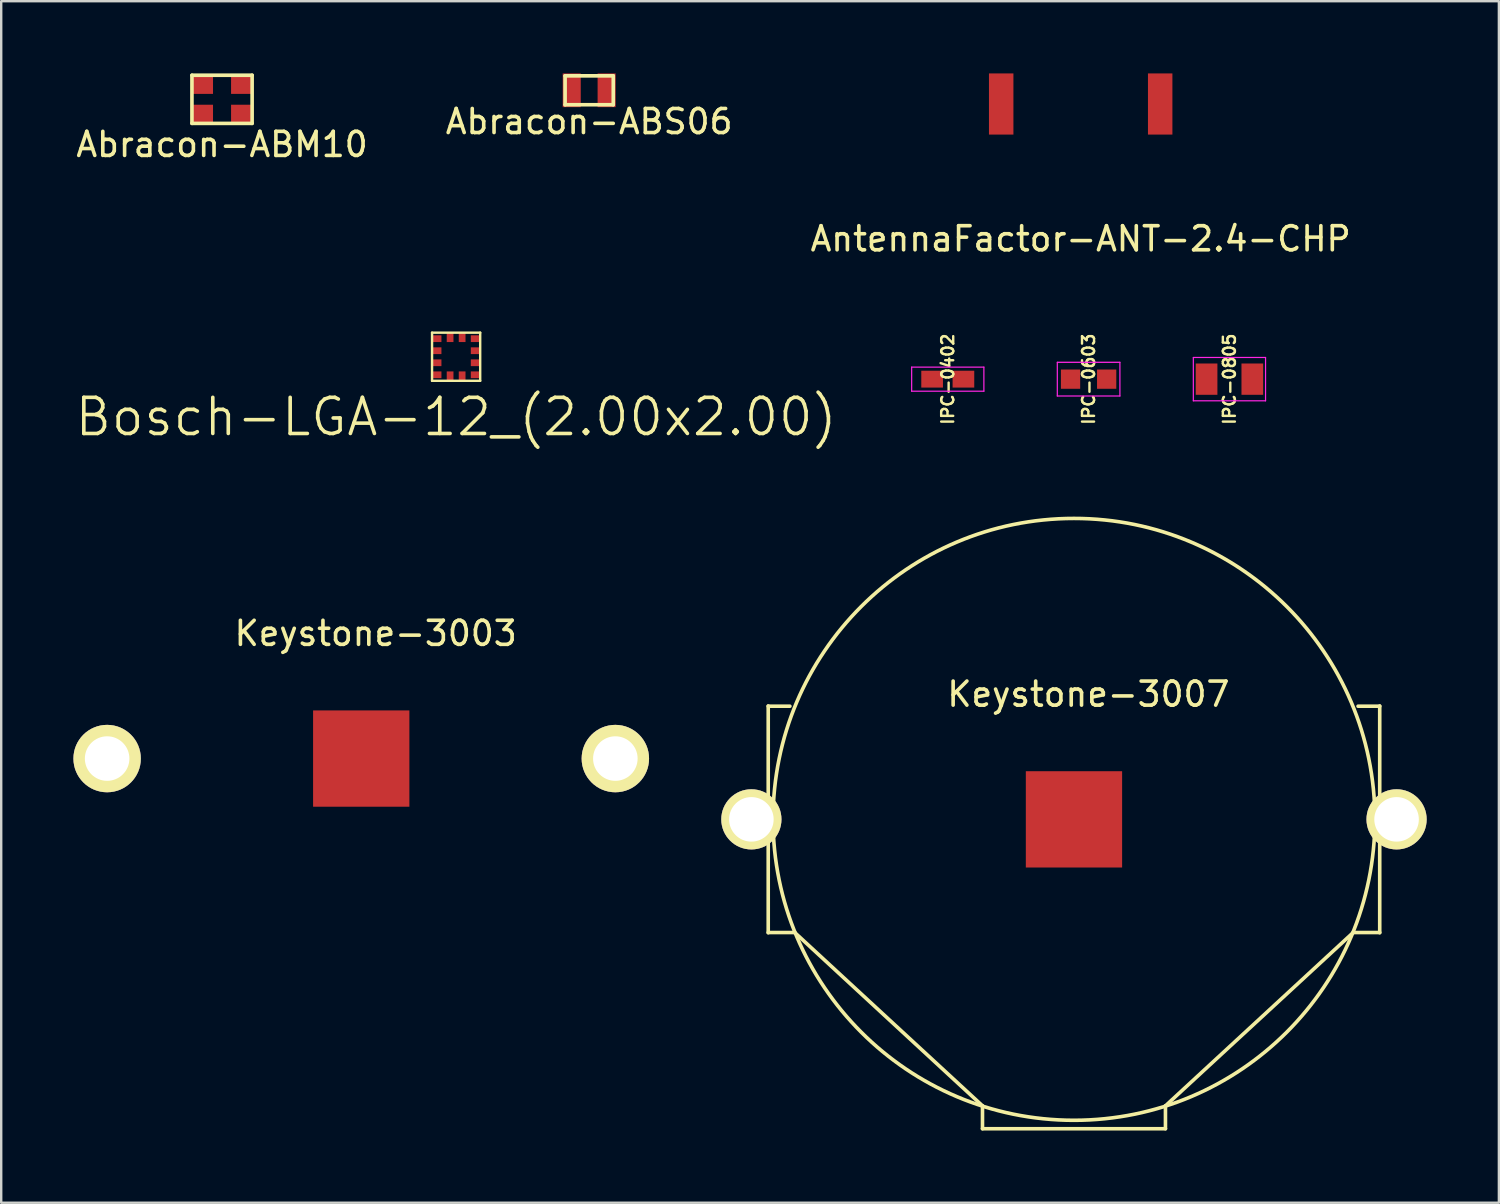
<source format=kicad_pcb>
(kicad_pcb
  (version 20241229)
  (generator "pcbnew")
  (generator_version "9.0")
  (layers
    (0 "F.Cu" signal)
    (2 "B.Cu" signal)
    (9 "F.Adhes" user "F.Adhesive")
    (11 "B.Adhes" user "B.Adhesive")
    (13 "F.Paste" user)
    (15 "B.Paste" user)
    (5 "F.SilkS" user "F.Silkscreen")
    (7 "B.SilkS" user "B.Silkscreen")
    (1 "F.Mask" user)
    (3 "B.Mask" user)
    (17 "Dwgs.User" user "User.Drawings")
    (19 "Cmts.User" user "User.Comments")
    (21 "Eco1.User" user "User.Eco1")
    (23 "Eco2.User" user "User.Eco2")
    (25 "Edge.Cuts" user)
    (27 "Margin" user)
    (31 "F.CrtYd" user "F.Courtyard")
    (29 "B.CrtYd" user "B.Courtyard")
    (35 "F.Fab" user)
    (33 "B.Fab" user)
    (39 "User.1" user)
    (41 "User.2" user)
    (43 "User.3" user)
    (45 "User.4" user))
  (footprint "Keystone-3003"
    (layer "F.Cu")
    (at 11.955 28.459)
    (property "Reference" "Keystone-3003" (at 0.6 -5.2 0) (layer "F.SilkS") (effects (font (size 1 1) (thickness 0.15))))
    (attr through_hole)
    (fp_line (start -11.305 -0.785) (end -11.305 0.785) (stroke (width 0.1) (type solid)) (layer "Eco1.User"))
    (fp_line (start -11.305 0.785) (end -10.555 0.785) (stroke (width 0.1) (type solid)) (layer "Eco1.User"))
    (fp_line (start -10.555 -4.71) (end -10.305 -4.71) (stroke (width 0.1) (type solid)) (layer "Eco1.User"))
    (fp_line (start -10.555 -0.785) (end -11.305 -0.785) (stroke (width 0.1) (type solid)) (layer "Eco1.User"))
    (fp_line (start -10.555 4.71) (end -10.555 -4.71) (stroke (width 0.1) (type solid)) (layer "Eco1.User"))
    (fp_line (start -10.555 4.71) (end -10.305 4.71) (stroke (width 0.1) (type solid)) (layer "Eco1.User"))
    (fp_line (start -10.305 -6.1) (end -10.305 -4.71) (stroke (width 0.1) (type solid)) (layer "Eco1.User"))
    (fp_line (start -3.785 10.33) (end -10.305 4.71) (stroke (width 0.1) (type solid)) (layer "Eco1.User"))
    (fp_line (start -3.785 10.58) (end -3.785 10.33) (stroke (width 0.1) (type solid)) (layer "Eco1.User"))
    (fp_line (start -3.785 10.58) (end 3.785 10.58) (stroke (width 0.1) (type solid)) (layer "Eco1.User"))
    (fp_line (start -1 7.58) (end 1 7.58) (stroke (width 0.1) (type solid)) (layer "Eco1.User"))
    (fp_line (start 0 6.58) (end 0 8.58) (stroke (width 0.1) (type solid)) (layer "Eco1.User"))
    (fp_line (start 3.785 10.58) (end 3.785 10.33) (stroke (width 0.1) (type solid)) (layer "Eco1.User"))
    (fp_line (start 10.305 -6.1) (end 10.305 -4.71) (stroke (width 0.1) (type solid)) (layer "Eco1.User"))
    (fp_line (start 10.305 4.71) (end 3.785 10.33) (stroke (width 0.1) (type solid)) (layer "Eco1.User"))
    (fp_line (start 10.555 -4.71) (end 10.305 -4.71) (stroke (width 0.1) (type solid)) (layer "Eco1.User"))
    (fp_line (start 10.555 -0.785) (end 11.305 -0.785) (stroke (width 0.1) (type solid)) (layer "Eco1.User"))
    (fp_line (start 10.555 4.71) (end 10.305 4.71) (stroke (width 0.1) (type solid)) (layer "Eco1.User"))
    (fp_line (start 10.555 4.71) (end 10.555 -4.71) (stroke (width 0.1) (type solid)) (layer "Eco1.User"))
    (fp_line (start 11.305 -0.785) (end 11.305 0.785) (stroke (width 0.1) (type solid)) (layer "Eco1.User"))
    (fp_line (start 11.305 0.785) (end 10.555 0.785) (stroke (width 0.1) (type solid)) (layer "Eco1.User"))
    (fp_arc (start -10.305001 -6.1) (mid -8.341934 -9.037938) (end -4.8764 -8.3486) (stroke (width 0.1) (type solid)) (layer "Eco1.User"))
    (fp_arc (start 4.90725 -8.378446) (mid 0.021462 -6.384525) (end -4.8764 -8.3486) (stroke (width 0.1) (type solid)) (layer "Eco1.User"))
    (fp_arc (start 4.907251 -8.378445) (mid 8.361571 -9.029269) (end 10.304579 -6.1) (stroke (width 0.1) (type solid)) (layer "Eco1.User"))
    (fp_circle (center 0 0) (end 10 0) (stroke (width 0.1) (type solid)) (fill no) (layer "Eco1.User"))
    (pad "" thru_hole circle (at -10.555 0) (size 2.8 2.8) (drill 1.85) (layers "*.Cu" "*.Mask" "F.SilkS"))
    (pad "1" thru_hole circle (at 10.555 0) (size 2.8 2.8) (drill 1.85) (layers "*.Cu" "*.Mask" "F.SilkS"))
    (pad "2" smd rect (at 0 0) (size 4 4) (layers "F.Cu" "F.Mask" "F.Paste")))
  (footprint "IPC-0603"
    (layer "F.Cu")
    (at 42.168 12.699)
    (property "Reference" "IPC-0603" (at 0 0 90) (layer "F.SilkS") (effects (font (size 0.5 0.5) (thickness 0.1))))
    (attr smd)
    (fp_line (start -1.3 -0.7) (end -1.3 0.7) (stroke (width 0.05) (type solid)) (layer "F.CrtYd"))
    (fp_line (start -1.3 -0.7) (end 1.3 -0.7) (stroke (width 0.05) (type solid)) (layer "F.CrtYd"))
    (fp_line (start -1.3 0.7) (end 1.3 0.7) (stroke (width 0.05) (type solid)) (layer "F.CrtYd"))
    (fp_line (start 1.3 -0.7) (end 1.3 0.7) (stroke (width 0.05) (type solid)) (layer "F.CrtYd"))
    (pad "1" smd rect (at -0.75 0) (size 0.8 0.8) (layers "F.Cu" "F.Mask" "F.Paste"))
    (pad "2" smd rect (at 0.75 0) (size 0.8 0.8) (layers "F.Cu" "F.Mask" "F.Paste")))
  (footprint "AntennaFactor-ANT-2.4-CHP"
    (layer "F.Cu")
    (at 41.839 1.27)
    (property "Reference" "AntennaFactor-ANT-2.4-CHP" (at 0 5.6 0) (layer "F.SilkS") (effects (font (size 1 1) (thickness 0.15))))
    (attr through_hole)
    (pad "1" smd rect (at -3.302 0) (size 1.016 2.54) (layers "F.Cu" "F.Mask" "F.Paste"))
    (pad "2" smd rect (at 3.302 0) (size 1.016 2.54) (layers "F.Cu" "F.Mask" "F.Paste")))
  (footprint "Abracon-ABS06"
    (layer "F.Cu")
    (at 21.423 0.7)
    (property "Reference" "Abracon-ABS06" (at 0 1.3 0) (layer "F.SilkS") (effects (font (size 1 1) (thickness 0.15))))
    (attr through_hole)
    (fp_line (start -1 -0.6) (end 1 -0.6) (stroke (width 0.15) (type solid)) (layer "F.SilkS"))
    (fp_line (start -1 0.6) (end -1 -0.6) (stroke (width 0.15) (type solid)) (layer "F.SilkS"))
    (fp_line (start 1 -0.6) (end 1 0.6) (stroke (width 0.15) (type solid)) (layer "F.SilkS"))
    (fp_line (start 1 0.6) (end -1 0.6) (stroke (width 0.15) (type solid)) (layer "F.SilkS"))
    (pad "1" smd rect (at -0.725 0) (size 0.75 1.4) (layers "F.Cu" "F.Mask" "F.Paste"))
    (pad "2" smd rect (at 0.725 0) (size 0.75 1.4) (layers "F.Cu" "F.Mask" "F.Paste")))
  (footprint "IPC-0805"
    (layer "F.Cu")
    (at 48.018 12.699)
    (property "Reference" "IPC-0805" (at 0 0 90) (layer "F.SilkS") (effects (font (size 0.5 0.5) (thickness 0.1))))
    (attr smd)
    (fp_line (start -1.5 -0.9) (end -1.5 0.9) (stroke (width 0.05) (type solid)) (layer "F.CrtYd"))
    (fp_line (start -1.5 -0.9) (end 1.5 -0.9) (stroke (width 0.05) (type solid)) (layer "F.CrtYd"))
    (fp_line (start -1.5 0.9) (end 1.5 0.9) (stroke (width 0.05) (type solid)) (layer "F.CrtYd"))
    (fp_line (start 1.5 -0.9) (end 1.5 0.9) (stroke (width 0.05) (type solid)) (layer "F.CrtYd"))
    (pad "1" smd rect (at -0.95 0) (size 0.9 1.3) (layers "F.Cu" "F.Mask" "F.Paste"))
    (pad "2" smd rect (at 0.95 0) (size 0.9 1.3) (layers "F.Cu" "F.Mask" "F.Paste")))
  (footprint "IPC-0402"
    (layer "F.Cu")
    (at 36.318 12.699)
    (property "Reference" "IPC-0402" (at 0 0 90) (layer "F.SilkS") (effects (font (size 0.5 0.5) (thickness 0.1))))
    (attr smd)
    (fp_line (start -1.5 -0.5) (end -1.5 0.5) (stroke (width 0.05) (type solid)) (layer "F.CrtYd"))
    (fp_line (start -1.5 -0.5) (end 1.5 -0.5) (stroke (width 0.05) (type solid)) (layer "F.CrtYd"))
    (fp_line (start -1.5 0.5) (end 1.5 0.5) (stroke (width 0.05) (type solid)) (layer "F.CrtYd"))
    (fp_line (start 1.5 -0.5) (end 1.5 0.5) (stroke (width 0.05) (type solid)) (layer "F.CrtYd"))
    (pad "1" smd rect (at -0.65 0) (size 0.9 0.7) (layers "F.Cu" "F.Mask" "F.Paste"))
    (pad "2" smd rect (at 0.65 0) (size 0.9 0.7) (layers "F.Cu" "F.Mask" "F.Paste")))
  (footprint "Keystone-3007"
    (layer "F.Cu")
    (at 41.56 30.984)
    (property "Reference" "Keystone-3007" (at 0.6 -5.2 0) (layer "F.SilkS") (effects (font (size 1 1) (thickness 0.15))))
    (attr through_hole)
    (fp_line (start -12.7 -4.7) (end -11.8 -4.7) (stroke (width 0.15) (type solid)) (layer "F.SilkS"))
    (fp_line (start -12.7 4.7) (end -11.6 4.7) (stroke (width 0.15) (type solid)) (layer "F.SilkS"))
    (fp_line (start -12.7 4.71) (end -12.7 -4.71) (stroke (width 0.15) (type solid)) (layer "F.SilkS"))
    (fp_line (start -11.6 4.7) (end -3.8 11.9) (stroke (width 0.15) (type solid)) (layer "F.SilkS"))
    (fp_line (start -3.8 12.85) (end -3.8 11.9) (stroke (width 0.15) (type solid)) (layer "F.SilkS"))
    (fp_line (start -3.8 12.85) (end 3.8 12.85) (stroke (width 0.15) (type solid)) (layer "F.SilkS"))
    (fp_line (start 3.8 12.85) (end 3.8 11.9) (stroke (width 0.15) (type solid)) (layer "F.SilkS"))
    (fp_line (start 11.6 4.7) (end 3.8 11.9) (stroke (width 0.15) (type solid)) (layer "F.SilkS"))
    (fp_line (start 12.7 -4.7) (end 11.8 -4.7) (stroke (width 0.15) (type solid)) (layer "F.SilkS"))
    (fp_line (start 12.7 4.7) (end 11.6 4.7) (stroke (width 0.15) (type solid)) (layer "F.SilkS"))
    (fp_line (start 12.7 4.71) (end 12.7 -4.71) (stroke (width 0.15) (type solid)) (layer "F.SilkS"))
    (fp_circle (center 0 0) (end 12.5 0) (stroke (width 0.15) (type solid)) (fill no) (layer "F.SilkS"))
    (pad "1" thru_hole circle (at -13.4 0) (size 2.5 2.5) (drill 1.85) (layers "*.Cu" "*.Mask" "F.SilkS"))
    (pad "1" thru_hole circle (at 13.4 0) (size 2.5 2.5) (drill 1.85) (layers "*.Cu" "*.Mask" "F.SilkS"))
    (pad "2" smd rect (at 0 0) (size 4 4) (layers "F.Cu" "F.Mask" "F.Paste")))
  (footprint "Abracon-ABM10"
    (layer "F.Cu")
    (at 6.173 1.075)
    (property "Reference" "Abracon-ABM10" (at 0 1.875 0) (layer "F.SilkS") (effects (font (size 1 1) (thickness 0.15))))
    (attr through_hole)
    (fp_line (start -1.25 -1) (end 1.25 -1) (stroke (width 0.15) (type solid)) (layer "F.SilkS"))
    (fp_line (start -1.25 1) (end -1.25 -1) (stroke (width 0.15) (type solid)) (layer "F.SilkS"))
    (fp_line (start 1.25 -1) (end 1.25 1) (stroke (width 0.15) (type solid)) (layer "F.SilkS"))
    (fp_line (start 1.25 1) (end -1.25 1) (stroke (width 0.15) (type solid)) (layer "F.SilkS"))
    (pad "1" smd rect (at -0.825 0.625) (size 0.9 0.8) (layers "F.Cu" "F.Mask" "F.Paste"))
    (pad "2" smd rect (at 0.825 0.625) (size 0.9 0.8) (layers "F.Cu" "F.Mask" "F.Paste"))
    (pad "3" smd rect (at 0.825 -0.625) (size 0.9 0.8) (layers "F.Cu" "F.Mask" "F.Paste"))
    (pad "4" smd rect (at -0.825 -0.625) (size 0.9 0.8) (layers "F.Cu" "F.Mask" "F.Paste")))
  (footprint "Bosch-LGA-12_(2.00x2.00)"
    (layer "F.Cu")
    (at 15.896 11.768)
    (property "Reference" "Bosch-LGA-12_(2.00x2.00)" (at 0 2.5 0) (layer "F.SilkS") (effects (font (size 1.5 1.5) (thickness 0.15))))
    (attr through_hole)
    (fp_line (start -1 -1) (end 1 -1) (stroke (width 0.1) (type solid)) (layer "F.SilkS"))
    (fp_line (start -1 1) (end -1 -1) (stroke (width 0.1) (type solid)) (layer "F.SilkS"))
    (fp_line (start 1 -1) (end 1 1) (stroke (width 0.1) (type solid)) (layer "F.SilkS"))
    (fp_line (start 1 1) (end -1 1) (stroke (width 0.1) (type solid)) (layer "F.SilkS"))
    (pad "1" smd rect (at -0.815 -0.75) (size 0.41 0.28) (layers "F.Cu" "F.Mask" "F.Paste"))
    (pad "2" smd rect (at -0.815 -0.25) (size 0.41 0.28) (layers "F.Cu" "F.Mask" "F.Paste"))
    (pad "3" smd rect (at -0.815 0.25) (size 0.41 0.28) (layers "F.Cu" "F.Mask" "F.Paste"))
    (pad "4" smd rect (at -0.815 0.75) (size 0.41 0.28) (layers "F.Cu" "F.Mask" "F.Paste"))
    (pad "5" smd rect (at -0.25 0.815) (size 0.28 0.41) (layers "F.Cu" "F.Mask" "F.Paste"))
    (pad "6" smd rect (at 0.25 0.815) (size 0.28 0.41) (layers "F.Cu" "F.Mask" "F.Paste"))
    (pad "7" smd rect (at 0.815 0.75) (size 0.41 0.28) (layers "F.Cu" "F.Mask" "F.Paste"))
    (pad "8" smd rect (at 0.815 0.25) (size 0.41 0.28) (layers "F.Cu" "F.Mask" "F.Paste"))
    (pad "9" smd rect (at 0.815 -0.25) (size 0.41 0.28) (layers "F.Cu" "F.Mask" "F.Paste"))
    (pad "10" smd rect (at 0.815 -0.75) (size 0.41 0.28) (layers "F.Cu" "F.Mask" "F.Paste"))
    (pad "11" smd rect (at 0.25 -0.815) (size 0.28 0.41) (layers "F.Cu" "F.Mask" "F.Paste"))
    (pad "12" smd rect (at -0.25 -0.815) (size 0.28 0.41) (layers "F.Cu" "F.Mask" "F.Paste")))
  (gr_rect
    (start -3 -3)
    (end 59.21 46.909)
    (stroke (width 0.1) (type default))
    (fill no)
    (layer "Edge.Cuts")))
</source>
